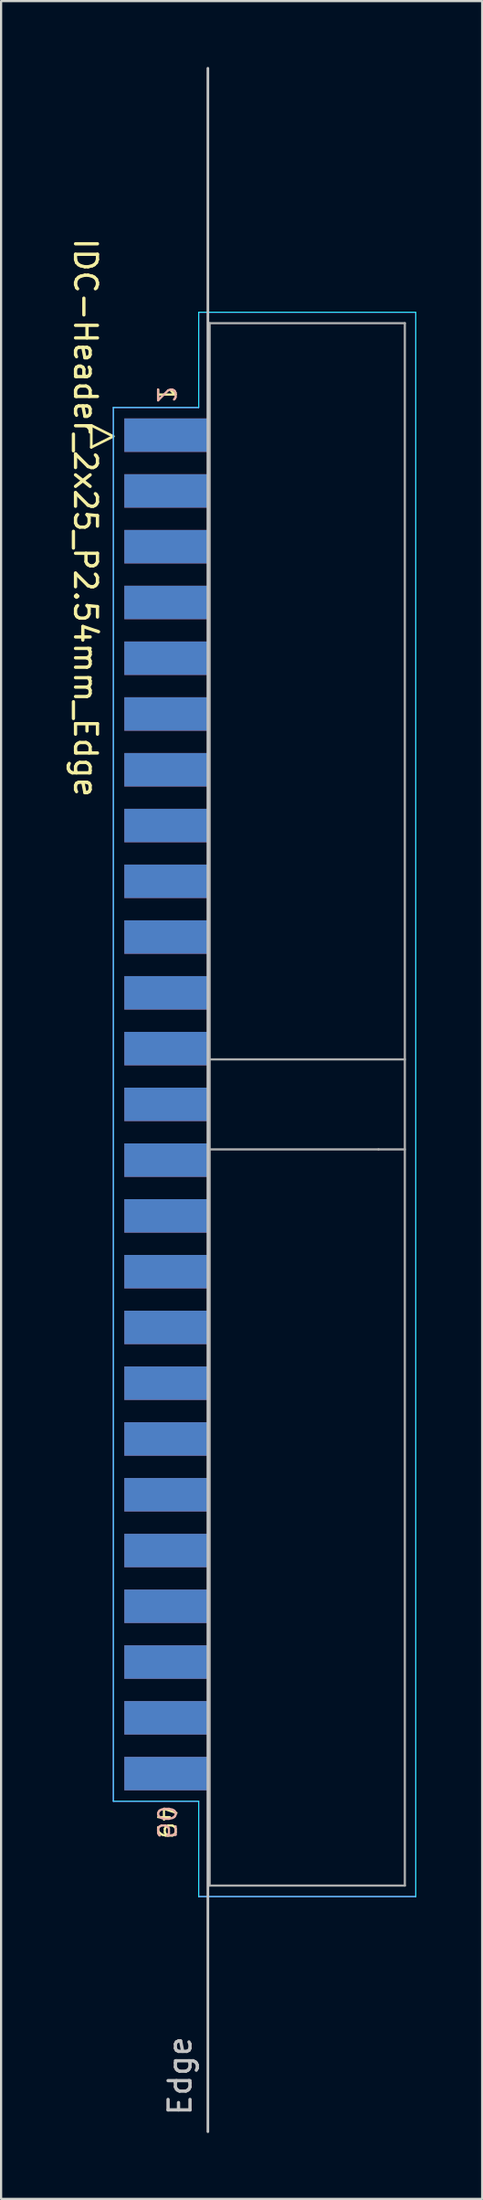
<source format=kicad_pcb>
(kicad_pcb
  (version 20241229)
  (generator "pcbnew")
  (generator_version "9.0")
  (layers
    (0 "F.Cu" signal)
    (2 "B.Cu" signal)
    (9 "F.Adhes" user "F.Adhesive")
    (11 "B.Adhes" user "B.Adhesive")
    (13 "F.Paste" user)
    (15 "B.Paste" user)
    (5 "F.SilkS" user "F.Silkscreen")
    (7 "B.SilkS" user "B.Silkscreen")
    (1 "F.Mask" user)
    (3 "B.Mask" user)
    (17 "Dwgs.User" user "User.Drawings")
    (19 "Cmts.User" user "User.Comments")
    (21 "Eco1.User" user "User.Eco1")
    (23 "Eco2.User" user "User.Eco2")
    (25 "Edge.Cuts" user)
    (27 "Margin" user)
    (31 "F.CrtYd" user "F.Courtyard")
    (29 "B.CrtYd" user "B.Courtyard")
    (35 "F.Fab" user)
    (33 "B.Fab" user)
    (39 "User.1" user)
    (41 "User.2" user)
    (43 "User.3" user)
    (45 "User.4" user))
  (footprint "IDC-Header_2x25_P2.54mm_Edge"
    (layer "F.Cu")
    (at 6.428 16.57)
    (property "Reference" "IDC-Header_2x25_P2.54mm_Edge" (at -5.58 3.96 270) (unlocked yes) (layer "F.SilkS") (effects (font (size 1 1) (thickness 0.15))))
    (attr through_hole)
    (fp_line (start -5.315 -0.246) (end -5.315 0.754) (stroke (width 0.12) (type solid)) (layer "F.SilkS"))
    (fp_line (start -5.315 0.754) (end -4.315 0.254) (stroke (width 0.12) (type solid)) (layer "F.SilkS"))
    (fp_line (start -4.315 0.254) (end -5.315 -0.246) (stroke (width 0.12) (type solid)) (layer "F.SilkS"))
    (fp_line (start 0 -16.51) (end 0 77.47) (stroke (width 0.12) (type solid)) (layer "Dwgs.User"))
    (fp_line (start -4.31 -1.06) (end -0.42 -1.06) (stroke (width 0.05) (type solid)) (layer "B.CrtYd"))
    (fp_line (start -4.31 62.42) (end -4.31 -1.06) (stroke (width 0.05) (type solid)) (layer "B.CrtYd"))
    (fp_line (start -0.42 -5.4) (end 9.48 -5.4) (stroke (width 0.05) (type solid)) (layer "B.CrtYd"))
    (fp_line (start -0.42 -1.06) (end -0.42 -5.4) (stroke (width 0.05) (type solid)) (layer "B.CrtYd"))
    (fp_line (start -0.42 62.42) (end -4.31 62.42) (stroke (width 0.05) (type solid)) (layer "B.CrtYd"))
    (fp_line (start -0.42 66.76) (end -0.42 62.42) (stroke (width 0.05) (type solid)) (layer "B.CrtYd"))
    (fp_line (start 9.48 -5.4) (end 9.48 66.76) (stroke (width 0.05) (type solid)) (layer "B.CrtYd"))
    (fp_line (start 9.48 66.76) (end -0.42 66.76) (stroke (width 0.05) (type solid)) (layer "B.CrtYd"))
    (fp_line (start -4.31 -1.06) (end -4.31 62.42) (stroke (width 0.05) (type solid)) (layer "F.CrtYd"))
    (fp_line (start -4.31 62.42) (end -0.42 62.42) (stroke (width 0.05) (type solid)) (layer "F.CrtYd"))
    (fp_line (start -0.42 -5.4) (end -0.42 -1.06) (stroke (width 0.05) (type solid)) (layer "F.CrtYd"))
    (fp_line (start -0.42 -5.4) (end 9.48 -5.4) (stroke (width 0.05) (type solid)) (layer "F.CrtYd"))
    (fp_line (start -0.42 -1.06) (end -4.31 -1.06) (stroke (width 0.05) (type solid)) (layer "F.CrtYd"))
    (fp_line (start -0.42 66.76) (end -0.42 62.42) (stroke (width 0.05) (type solid)) (layer "F.CrtYd"))
    (fp_line (start 9.48 -5.4) (end 9.48 66.76) (stroke (width 0.05) (type solid)) (layer "F.CrtYd"))
    (fp_line (start 9.48 66.76) (end -0.42 66.76) (stroke (width 0.05) (type solid)) (layer "F.CrtYd"))
    (fp_line (start 0.08 -4.9) (end 0.08 66.26) (stroke (width 0.1) (type solid)) (layer "F.Fab"))
    (fp_line (start 0.08 32.73) (end 8.98 32.73) (stroke (width 0.1) (type solid)) (layer "F.Fab"))
    (fp_line (start 0.08 66.26) (end 8.98 66.26) (stroke (width 0.1) (type solid)) (layer "F.Fab"))
    (fp_line (start 7.78 32.73) (end 7.78 32.73) (stroke (width 0.1) (type solid)) (layer "F.Fab"))
    (fp_line (start 8.98 -4.9) (end 0.08 -4.9) (stroke (width 0.1) (type solid)) (layer "F.Fab"))
    (fp_line (start 8.98 28.63) (end 0.08 28.63) (stroke (width 0.1) (type solid)) (layer "F.Fab"))
    (fp_line (start 8.98 66.26) (end 8.98 -4.9) (stroke (width 0.1) (type solid)) (layer "F.Fab"))
    (fp_text user "49" (at -1.905 63.373 270) (unlocked yes) (layer "F.SilkS") (effects (font (size 0.8 0.8) (thickness 0.1))))
    (fp_text user "1" (at -1.905 -1.651 270) (unlocked yes) (layer "F.SilkS") (effects (font (size 0.8 0.8) (thickness 0.1))))
    (fp_text user "2" (at -1.905 -1.651 270) (unlocked yes) (layer "B.SilkS") (effects (font (size 0.8 0.8) (thickness 0.1)) (justify mirror)))
    (fp_text user "50" (at -1.905 63.373 270) (unlocked yes) (layer "B.SilkS") (effects (font (size 0.8 0.8) (thickness 0.1)) (justify mirror)))
    (fp_text user "Edge" (at -1.27 74.93 90) (layer "Dwgs.User") (effects (font (size 1 1) (thickness 0.15))))
    (pad "1" smd rect (at -1.905 0.2) (size 3.81 1.524) (layers "F.Cu" "F.Mask" "F.Paste"))
    (pad "2" smd rect (at -1.905 0.2) (size 3.81 1.524) (layers "B.Cu" "B.Mask" "B.Paste"))
    (pad "3" smd rect (at -1.905 2.74) (size 3.81 1.524) (layers "F.Cu" "F.Mask" "F.Paste"))
    (pad "4" smd rect (at -1.905 2.74) (size 3.81 1.524) (layers "B.Cu" "B.Mask" "B.Paste"))
    (pad "5" smd rect (at -1.905 5.28) (size 3.81 1.524) (layers "F.Cu" "F.Mask" "F.Paste"))
    (pad "6" smd rect (at -1.905 5.28) (size 3.81 1.524) (layers "B.Cu" "B.Mask" "B.Paste"))
    (pad "7" smd rect (at -1.905 7.82) (size 3.81 1.524) (layers "F.Cu" "F.Mask" "F.Paste"))
    (pad "8" smd rect (at -1.905 7.82) (size 3.81 1.524) (layers "B.Cu" "B.Mask" "B.Paste"))
    (pad "9" smd rect (at -1.905 10.36) (size 3.81 1.524) (layers "F.Cu" "F.Mask" "F.Paste"))
    (pad "10" smd rect (at -1.905 10.36) (size 3.81 1.524) (layers "B.Cu" "B.Mask" "B.Paste"))
    (pad "11" smd rect (at -1.905 12.9) (size 3.81 1.524) (layers "F.Cu" "F.Mask" "F.Paste"))
    (pad "12" smd rect (at -1.905 12.9) (size 3.81 1.524) (layers "B.Cu" "B.Mask" "B.Paste"))
    (pad "13" smd rect (at -1.905 15.44) (size 3.81 1.524) (layers "F.Cu" "F.Mask" "F.Paste"))
    (pad "14" smd rect (at -1.905 15.44) (size 3.81 1.524) (layers "B.Cu" "B.Mask" "B.Paste"))
    (pad "15" smd rect (at -1.905 17.98) (size 3.81 1.524) (layers "F.Cu" "F.Mask" "F.Paste"))
    (pad "16" smd rect (at -1.905 17.98) (size 3.81 1.524) (layers "B.Cu" "B.Mask" "B.Paste"))
    (pad "17" smd rect (at -1.905 20.52) (size 3.81 1.524) (layers "F.Cu" "F.Mask" "F.Paste"))
    (pad "18" smd rect (at -1.905 20.52) (size 3.81 1.524) (layers "B.Cu" "B.Mask" "B.Paste"))
    (pad "19" smd rect (at -1.905 23.06) (size 3.81 1.524) (layers "F.Cu" "F.Mask" "F.Paste"))
    (pad "20" smd rect (at -1.905 23.06) (size 3.81 1.524) (layers "B.Cu" "B.Mask" "B.Paste"))
    (pad "21" smd rect (at -1.905 25.6) (size 3.81 1.524) (layers "F.Cu" "F.Mask" "F.Paste"))
    (pad "22" smd rect (at -1.905 25.6) (size 3.81 1.524) (layers "B.Cu" "B.Mask" "B.Paste"))
    (pad "23" smd rect (at -1.905 28.14) (size 3.81 1.524) (layers "F.Cu" "F.Mask" "F.Paste"))
    (pad "24" smd rect (at -1.905 28.14) (size 3.81 1.524) (layers "B.Cu" "B.Mask" "B.Paste"))
    (pad "25" smd rect (at -1.905 30.68) (size 3.81 1.524) (layers "F.Cu" "F.Mask" "F.Paste"))
    (pad "26" smd rect (at -1.905 30.68) (size 3.81 1.524) (layers "B.Cu" "B.Mask" "B.Paste"))
    (pad "27" smd rect (at -1.905 33.22) (size 3.81 1.524) (layers "F.Cu" "F.Mask" "F.Paste"))
    (pad "28" smd rect (at -1.905 33.22) (size 3.81 1.524) (layers "B.Cu" "B.Mask" "B.Paste"))
    (pad "29" smd rect (at -1.905 35.76) (size 3.81 1.524) (layers "F.Cu" "F.Mask" "F.Paste"))
    (pad "30" smd rect (at -1.905 35.76) (size 3.81 1.524) (layers "B.Cu" "B.Mask" "B.Paste"))
    (pad "31" smd rect (at -1.905 38.3) (size 3.81 1.524) (layers "F.Cu" "F.Mask" "F.Paste"))
    (pad "32" smd rect (at -1.905 38.3) (size 3.81 1.524) (layers "B.Cu" "B.Mask" "B.Paste"))
    (pad "33" smd rect (at -1.905 40.84) (size 3.81 1.524) (layers "F.Cu" "F.Mask" "F.Paste"))
    (pad "34" smd rect (at -1.905 40.84) (size 3.81 1.524) (layers "B.Cu" "B.Mask" "B.Paste"))
    (pad "35" smd rect (at -1.905 43.38) (size 3.81 1.524) (layers "F.Cu" "F.Mask" "F.Paste"))
    (pad "36" smd rect (at -1.905 43.38) (size 3.81 1.524) (layers "B.Cu" "B.Mask" "B.Paste"))
    (pad "37" smd rect (at -1.905 45.92) (size 3.81 1.524) (layers "F.Cu" "F.Mask" "F.Paste"))
    (pad "38" smd rect (at -1.905 45.92) (size 3.81 1.524) (layers "B.Cu" "B.Mask" "B.Paste"))
    (pad "39" smd rect (at -1.905 48.46) (size 3.81 1.524) (layers "F.Cu" "F.Mask" "F.Paste"))
    (pad "40" smd rect (at -1.905 48.46) (size 3.81 1.524) (layers "B.Cu" "B.Mask" "B.Paste"))
    (pad "41" smd rect (at -1.905 51) (size 3.81 1.524) (layers "F.Cu" "F.Mask" "F.Paste"))
    (pad "42" smd rect (at -1.905 51) (size 3.81 1.524) (layers "B.Cu" "B.Mask" "B.Paste"))
    (pad "43" smd rect (at -1.905 53.54) (size 3.81 1.524) (layers "F.Cu" "F.Mask" "F.Paste"))
    (pad "44" smd rect (at -1.905 53.54) (size 3.81 1.524) (layers "B.Cu" "B.Mask" "B.Paste"))
    (pad "45" smd rect (at -1.905 56.08) (size 3.81 1.524) (layers "F.Cu" "F.Mask" "F.Paste"))
    (pad "46" smd rect (at -1.905 56.08) (size 3.81 1.524) (layers "B.Cu" "B.Mask" "B.Paste"))
    (pad "47" smd rect (at -1.905 58.62) (size 3.81 1.524) (layers "F.Cu" "F.Mask" "F.Paste"))
    (pad "48" smd rect (at -1.905 58.62) (size 3.81 1.524) (layers "B.Cu" "B.Mask" "B.Paste"))
    (pad "49" smd rect (at -1.905 61.16) (size 3.81 1.524) (layers "F.Cu" "F.Mask" "F.Paste"))
    (pad "50" smd rect (at -1.905 61.16) (size 3.81 1.524) (layers "B.Cu" "B.Mask" "B.Paste")))
  (gr_rect
    (start -3 -3)
    (end 18.933 97.1)
    (stroke (width 0.1) (type default))
    (fill no)
    (layer "Edge.Cuts")))
</source>
